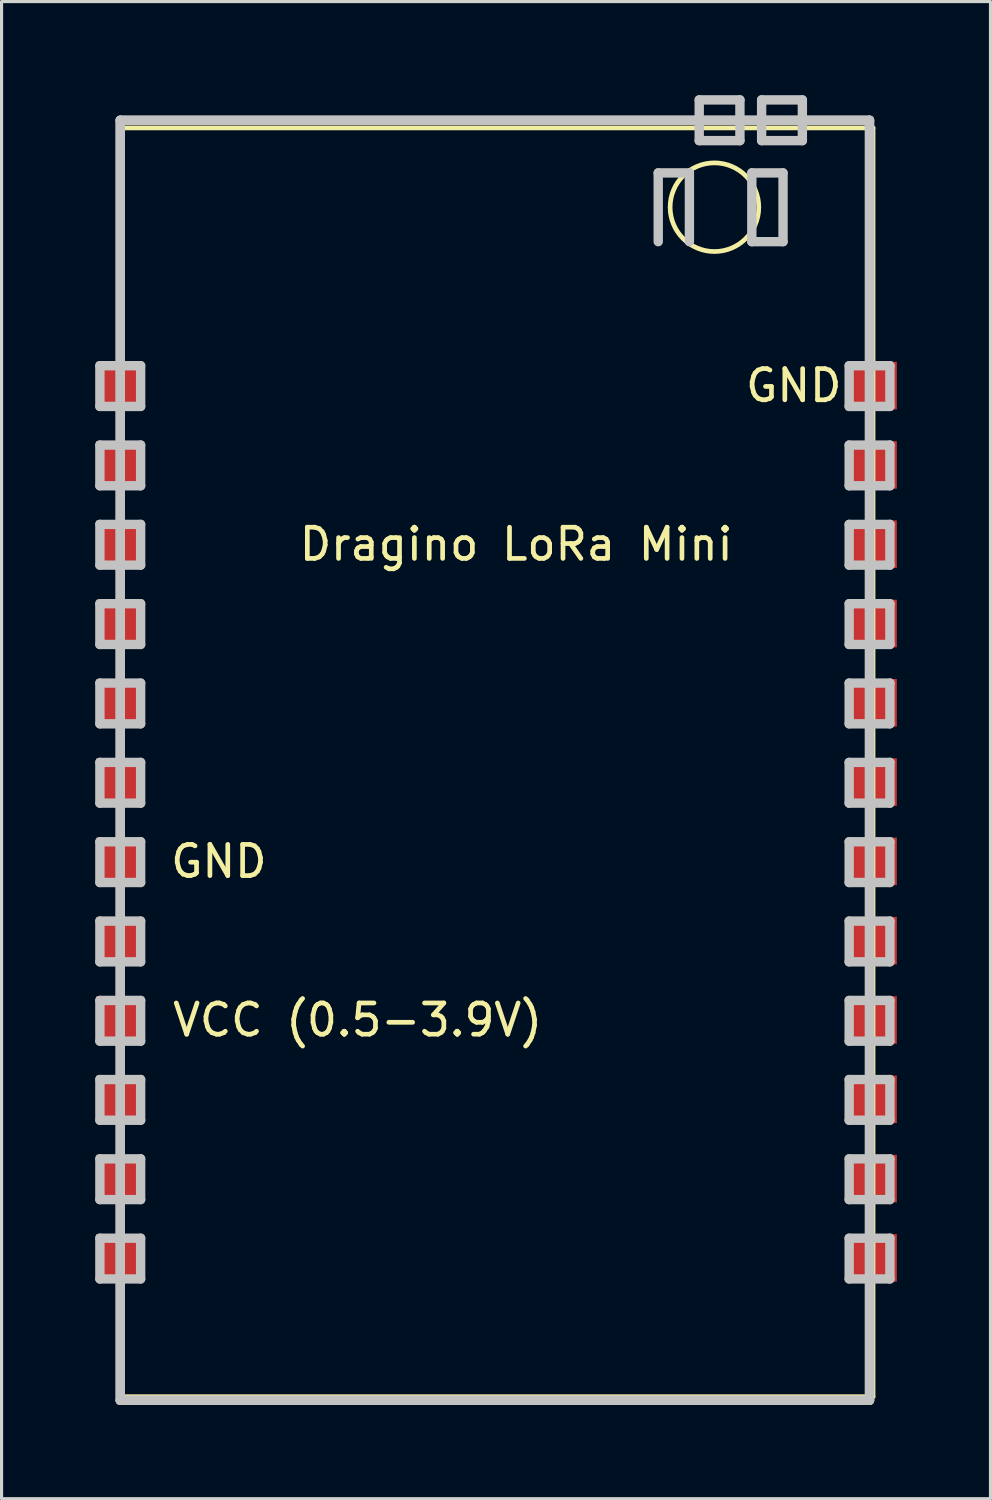
<source format=kicad_pcb>
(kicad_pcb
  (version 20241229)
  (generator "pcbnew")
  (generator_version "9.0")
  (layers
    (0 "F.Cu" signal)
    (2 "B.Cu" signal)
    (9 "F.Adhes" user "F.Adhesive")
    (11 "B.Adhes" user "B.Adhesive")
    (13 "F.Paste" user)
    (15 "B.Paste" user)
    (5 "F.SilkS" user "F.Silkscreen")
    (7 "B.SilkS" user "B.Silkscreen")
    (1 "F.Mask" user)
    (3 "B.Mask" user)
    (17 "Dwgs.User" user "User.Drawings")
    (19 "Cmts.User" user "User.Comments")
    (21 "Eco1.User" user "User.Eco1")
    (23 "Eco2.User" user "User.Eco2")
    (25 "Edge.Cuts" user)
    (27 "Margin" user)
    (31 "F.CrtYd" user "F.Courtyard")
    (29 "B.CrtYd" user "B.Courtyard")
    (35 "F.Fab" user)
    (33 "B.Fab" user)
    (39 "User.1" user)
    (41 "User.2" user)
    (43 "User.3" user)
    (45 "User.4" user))
  (footprint "Dragino LoRa Mini"
    (layer "F.Cu")
    (at 13.485 11.207)
    (property "Reference" "Dragino LoRa Mini" (at 0 3.175 0) (layer "F.SilkS") (effects (font (size 1 1) (thickness 0.15))))
    (attr through_hole)
    (fp_line (start -12.7 -10.16) (end -12.7 30.48) (stroke (width 0.15) (type solid)) (layer "F.SilkS"))
    (fp_line (start -12.7 30.48) (end 11.43 30.48) (stroke (width 0.15) (type solid)) (layer "F.SilkS"))
    (fp_line (start 11.43 -10.16) (end -12.7 -10.16) (stroke (width 0.15) (type solid)) (layer "F.SilkS"))
    (fp_line (start 11.43 30.48) (end 11.43 -10.16) (stroke (width 0.15) (type solid)) (layer "F.SilkS"))
    (fp_circle (center 6.35 -7.62) (end 7.62 -6.985) (stroke (width 0.15) (type solid)) (fill no) (layer "F.SilkS"))
    (fp_line (start -13.335 -2.543) (end -12.03 -2.543) (stroke (width 0.3) (type solid)) (layer "Dwgs.User"))
    (fp_line (start -13.335 -1.238) (end -13.335 -2.543) (stroke (width 0.3) (type solid)) (layer "Dwgs.User"))
    (fp_line (start -13.335 -0.001) (end -12.03 -0.001) (stroke (width 0.3) (type solid)) (layer "Dwgs.User"))
    (fp_line (start -13.335 1.303) (end -13.335 -0.001) (stroke (width 0.3) (type solid)) (layer "Dwgs.User"))
    (fp_line (start -13.335 2.54) (end -12.03 2.54) (stroke (width 0.3) (type solid)) (layer "Dwgs.User"))
    (fp_line (start -13.335 3.845) (end -13.335 2.54) (stroke (width 0.3) (type solid)) (layer "Dwgs.User"))
    (fp_line (start -13.335 5.081) (end -12.03 5.081) (stroke (width 0.3) (type solid)) (layer "Dwgs.User"))
    (fp_line (start -13.335 6.386) (end -13.335 5.081) (stroke (width 0.3) (type solid)) (layer "Dwgs.User"))
    (fp_line (start -13.335 7.623) (end -12.03 7.623) (stroke (width 0.3) (type solid)) (layer "Dwgs.User"))
    (fp_line (start -13.335 8.928) (end -13.335 7.623) (stroke (width 0.3) (type solid)) (layer "Dwgs.User"))
    (fp_line (start -13.335 10.164) (end -12.03 10.164) (stroke (width 0.3) (type solid)) (layer "Dwgs.User"))
    (fp_line (start -13.335 11.469) (end -13.335 10.164) (stroke (width 0.3) (type solid)) (layer "Dwgs.User"))
    (fp_line (start -13.335 12.706) (end -12.03 12.706) (stroke (width 0.3) (type solid)) (layer "Dwgs.User"))
    (fp_line (start -13.335 14.011) (end -13.335 12.706) (stroke (width 0.3) (type solid)) (layer "Dwgs.User"))
    (fp_line (start -13.335 15.247) (end -12.03 15.247) (stroke (width 0.3) (type solid)) (layer "Dwgs.User"))
    (fp_line (start -13.335 16.552) (end -13.335 15.247) (stroke (width 0.3) (type solid)) (layer "Dwgs.User"))
    (fp_line (start -13.335 17.789) (end -12.03 17.789) (stroke (width 0.3) (type solid)) (layer "Dwgs.User"))
    (fp_line (start -13.335 19.093) (end -13.335 17.789) (stroke (width 0.3) (type solid)) (layer "Dwgs.User"))
    (fp_line (start -13.335 20.322) (end -12.03 20.322) (stroke (width 0.3) (type solid)) (layer "Dwgs.User"))
    (fp_line (start -13.335 21.626) (end -13.335 20.322) (stroke (width 0.3) (type solid)) (layer "Dwgs.User"))
    (fp_line (start -13.335 22.863) (end -12.03 22.863) (stroke (width 0.3) (type solid)) (layer "Dwgs.User"))
    (fp_line (start -13.335 24.168) (end -13.335 22.863) (stroke (width 0.3) (type solid)) (layer "Dwgs.User"))
    (fp_line (start -13.335 25.405) (end -12.03 25.405) (stroke (width 0.3) (type solid)) (layer "Dwgs.User"))
    (fp_line (start -13.335 26.709) (end -13.335 25.405) (stroke (width 0.3) (type solid)) (layer "Dwgs.User"))
    (fp_line (start -12.683 -10.405) (end -12.683 30.598) (stroke (width 0.3) (type solid)) (layer "Dwgs.User"))
    (fp_line (start -12.683 -10.405) (end 11.317 -10.405) (stroke (width 0.3) (type solid)) (layer "Dwgs.User"))
    (fp_line (start -12.683 30.598) (end -12.683 -10.405) (stroke (width 0.3) (type solid)) (layer "Dwgs.User"))
    (fp_line (start -12.683 30.598) (end 11.317 30.598) (stroke (width 0.3) (type solid)) (layer "Dwgs.User"))
    (fp_line (start -12.03 -2.543) (end -12.03 -1.238) (stroke (width 0.3) (type solid)) (layer "Dwgs.User"))
    (fp_line (start -12.03 -1.238) (end -13.335 -1.238) (stroke (width 0.3) (type solid)) (layer "Dwgs.User"))
    (fp_line (start -12.03 -0.001) (end -12.03 1.303) (stroke (width 0.3) (type solid)) (layer "Dwgs.User"))
    (fp_line (start -12.03 1.303) (end -13.335 1.303) (stroke (width 0.3) (type solid)) (layer "Dwgs.User"))
    (fp_line (start -12.03 2.54) (end -12.03 3.845) (stroke (width 0.3) (type solid)) (layer "Dwgs.User"))
    (fp_line (start -12.03 3.845) (end -13.335 3.845) (stroke (width 0.3) (type solid)) (layer "Dwgs.User"))
    (fp_line (start -12.03 5.081) (end -12.03 6.386) (stroke (width 0.3) (type solid)) (layer "Dwgs.User"))
    (fp_line (start -12.03 6.386) (end -13.335 6.386) (stroke (width 0.3) (type solid)) (layer "Dwgs.User"))
    (fp_line (start -12.03 7.623) (end -12.03 8.928) (stroke (width 0.3) (type solid)) (layer "Dwgs.User"))
    (fp_line (start -12.03 8.928) (end -13.335 8.928) (stroke (width 0.3) (type solid)) (layer "Dwgs.User"))
    (fp_line (start -12.03 10.164) (end -12.03 11.469) (stroke (width 0.3) (type solid)) (layer "Dwgs.User"))
    (fp_line (start -12.03 11.469) (end -13.335 11.469) (stroke (width 0.3) (type solid)) (layer "Dwgs.User"))
    (fp_line (start -12.03 12.706) (end -12.03 14.011) (stroke (width 0.3) (type solid)) (layer "Dwgs.User"))
    (fp_line (start -12.03 14.011) (end -13.335 14.011) (stroke (width 0.3) (type solid)) (layer "Dwgs.User"))
    (fp_line (start -12.03 15.247) (end -12.03 16.552) (stroke (width 0.3) (type solid)) (layer "Dwgs.User"))
    (fp_line (start -12.03 16.552) (end -13.335 16.552) (stroke (width 0.3) (type solid)) (layer "Dwgs.User"))
    (fp_line (start -12.03 17.789) (end -12.03 19.093) (stroke (width 0.3) (type solid)) (layer "Dwgs.User"))
    (fp_line (start -12.03 19.093) (end -13.335 19.093) (stroke (width 0.3) (type solid)) (layer "Dwgs.User"))
    (fp_line (start -12.03 20.322) (end -12.03 21.626) (stroke (width 0.3) (type solid)) (layer "Dwgs.User"))
    (fp_line (start -12.03 21.626) (end -13.335 21.626) (stroke (width 0.3) (type solid)) (layer "Dwgs.User"))
    (fp_line (start -12.03 22.863) (end -12.03 24.168) (stroke (width 0.3) (type solid)) (layer "Dwgs.User"))
    (fp_line (start -12.03 24.168) (end -13.335 24.168) (stroke (width 0.3) (type solid)) (layer "Dwgs.User"))
    (fp_line (start -12.03 25.405) (end -12.03 26.709) (stroke (width 0.3) (type solid)) (layer "Dwgs.User"))
    (fp_line (start -12.03 26.709) (end -13.335 26.709) (stroke (width 0.3) (type solid)) (layer "Dwgs.User"))
    (fp_line (start 4.549 -8.719) (end 5.548 -8.719) (stroke (width 0.3) (type solid)) (layer "Dwgs.User"))
    (fp_line (start 4.549 -6.516) (end 4.549 -8.719) (stroke (width 0.3) (type solid)) (layer "Dwgs.User"))
    (fp_line (start 5.548 -8.719) (end 5.548 -6.516) (stroke (width 0.3) (type solid)) (layer "Dwgs.User"))
    (fp_line (start 5.862 -11.057) (end 7.166 -11.057) (stroke (width 0.3) (type solid)) (layer "Dwgs.User"))
    (fp_line (start 5.862 -9.752) (end 5.862 -11.057) (stroke (width 0.3) (type solid)) (layer "Dwgs.User"))
    (fp_line (start 7.166 -11.057) (end 7.166 -9.752) (stroke (width 0.3) (type solid)) (layer "Dwgs.User"))
    (fp_line (start 7.166 -9.752) (end 5.862 -9.752) (stroke (width 0.3) (type solid)) (layer "Dwgs.User"))
    (fp_line (start 7.547 -8.719) (end 8.547 -8.719) (stroke (width 0.3) (type solid)) (layer "Dwgs.User"))
    (fp_line (start 7.547 -6.516) (end 7.547 -8.719) (stroke (width 0.3) (type solid)) (layer "Dwgs.User"))
    (fp_line (start 7.861 -11.057) (end 9.166 -11.057) (stroke (width 0.3) (type solid)) (layer "Dwgs.User"))
    (fp_line (start 7.861 -9.752) (end 7.861 -11.057) (stroke (width 0.3) (type solid)) (layer "Dwgs.User"))
    (fp_line (start 8.547 -8.719) (end 8.547 -6.516) (stroke (width 0.3) (type solid)) (layer "Dwgs.User"))
    (fp_line (start 8.547 -6.516) (end 7.547 -6.516) (stroke (width 0.3) (type solid)) (layer "Dwgs.User"))
    (fp_line (start 9.166 -11.057) (end 9.166 -9.752) (stroke (width 0.3) (type solid)) (layer "Dwgs.User"))
    (fp_line (start 9.166 -9.752) (end 7.861 -9.752) (stroke (width 0.3) (type solid)) (layer "Dwgs.User"))
    (fp_line (start 10.665 -2.543) (end 11.97 -2.543) (stroke (width 0.3) (type solid)) (layer "Dwgs.User"))
    (fp_line (start 10.665 -1.238) (end 10.665 -2.543) (stroke (width 0.3) (type solid)) (layer "Dwgs.User"))
    (fp_line (start 10.665 -0.001) (end 11.97 -0.001) (stroke (width 0.3) (type solid)) (layer "Dwgs.User"))
    (fp_line (start 10.665 1.303) (end 10.665 -0.001) (stroke (width 0.3) (type solid)) (layer "Dwgs.User"))
    (fp_line (start 10.665 2.54) (end 11.97 2.54) (stroke (width 0.3) (type solid)) (layer "Dwgs.User"))
    (fp_line (start 10.665 3.845) (end 10.665 2.54) (stroke (width 0.3) (type solid)) (layer "Dwgs.User"))
    (fp_line (start 10.665 5.081) (end 11.97 5.081) (stroke (width 0.3) (type solid)) (layer "Dwgs.User"))
    (fp_line (start 10.665 6.386) (end 10.665 5.081) (stroke (width 0.3) (type solid)) (layer "Dwgs.User"))
    (fp_line (start 10.665 7.623) (end 11.97 7.623) (stroke (width 0.3) (type solid)) (layer "Dwgs.User"))
    (fp_line (start 10.665 8.928) (end 10.665 7.623) (stroke (width 0.3) (type solid)) (layer "Dwgs.User"))
    (fp_line (start 10.665 10.164) (end 11.97 10.164) (stroke (width 0.3) (type solid)) (layer "Dwgs.User"))
    (fp_line (start 10.665 11.469) (end 10.665 10.164) (stroke (width 0.3) (type solid)) (layer "Dwgs.User"))
    (fp_line (start 10.665 12.706) (end 11.97 12.706) (stroke (width 0.3) (type solid)) (layer "Dwgs.User"))
    (fp_line (start 10.665 14.011) (end 10.665 12.706) (stroke (width 0.3) (type solid)) (layer "Dwgs.User"))
    (fp_line (start 10.665 15.247) (end 11.97 15.247) (stroke (width 0.3) (type solid)) (layer "Dwgs.User"))
    (fp_line (start 10.665 16.552) (end 10.665 15.247) (stroke (width 0.3) (type solid)) (layer "Dwgs.User"))
    (fp_line (start 10.665 17.789) (end 11.97 17.789) (stroke (width 0.3) (type solid)) (layer "Dwgs.User"))
    (fp_line (start 10.665 19.093) (end 10.665 17.789) (stroke (width 0.3) (type solid)) (layer "Dwgs.User"))
    (fp_line (start 10.665 20.322) (end 11.97 20.322) (stroke (width 0.3) (type solid)) (layer "Dwgs.User"))
    (fp_line (start 10.665 21.626) (end 10.665 20.322) (stroke (width 0.3) (type solid)) (layer "Dwgs.User"))
    (fp_line (start 10.665 22.863) (end 11.97 22.863) (stroke (width 0.3) (type solid)) (layer "Dwgs.User"))
    (fp_line (start 10.665 24.168) (end 10.665 22.863) (stroke (width 0.3) (type solid)) (layer "Dwgs.User"))
    (fp_line (start 10.665 25.405) (end 11.97 25.405) (stroke (width 0.3) (type solid)) (layer "Dwgs.User"))
    (fp_line (start 10.665 26.709) (end 10.665 25.405) (stroke (width 0.3) (type solid)) (layer "Dwgs.User"))
    (fp_line (start 11.317 -10.405) (end -12.683 -10.405) (stroke (width 0.3) (type solid)) (layer "Dwgs.User"))
    (fp_line (start 11.317 -10.405) (end 11.317 30.598) (stroke (width 0.3) (type solid)) (layer "Dwgs.User"))
    (fp_line (start 11.317 30.598) (end -12.683 30.598) (stroke (width 0.3) (type solid)) (layer "Dwgs.User"))
    (fp_line (start 11.317 30.598) (end 11.317 -10.405) (stroke (width 0.3) (type solid)) (layer "Dwgs.User"))
    (fp_line (start 11.97 -2.543) (end 11.97 -1.238) (stroke (width 0.3) (type solid)) (layer "Dwgs.User"))
    (fp_line (start 11.97 -1.238) (end 10.665 -1.238) (stroke (width 0.3) (type solid)) (layer "Dwgs.User"))
    (fp_line (start 11.97 -0.001) (end 11.97 1.303) (stroke (width 0.3) (type solid)) (layer "Dwgs.User"))
    (fp_line (start 11.97 1.303) (end 10.665 1.303) (stroke (width 0.3) (type solid)) (layer "Dwgs.User"))
    (fp_line (start 11.97 2.54) (end 11.97 3.845) (stroke (width 0.3) (type solid)) (layer "Dwgs.User"))
    (fp_line (start 11.97 3.845) (end 10.665 3.845) (stroke (width 0.3) (type solid)) (layer "Dwgs.User"))
    (fp_line (start 11.97 5.081) (end 11.97 6.386) (stroke (width 0.3) (type solid)) (layer "Dwgs.User"))
    (fp_line (start 11.97 6.386) (end 10.665 6.386) (stroke (width 0.3) (type solid)) (layer "Dwgs.User"))
    (fp_line (start 11.97 7.623) (end 11.97 8.928) (stroke (width 0.3) (type solid)) (layer "Dwgs.User"))
    (fp_line (start 11.97 8.928) (end 10.665 8.928) (stroke (width 0.3) (type solid)) (layer "Dwgs.User"))
    (fp_line (start 11.97 10.164) (end 11.97 11.469) (stroke (width 0.3) (type solid)) (layer "Dwgs.User"))
    (fp_line (start 11.97 11.469) (end 10.665 11.469) (stroke (width 0.3) (type solid)) (layer "Dwgs.User"))
    (fp_line (start 11.97 12.706) (end 11.97 14.011) (stroke (width 0.3) (type solid)) (layer "Dwgs.User"))
    (fp_line (start 11.97 14.011) (end 10.665 14.011) (stroke (width 0.3) (type solid)) (layer "Dwgs.User"))
    (fp_line (start 11.97 15.247) (end 11.97 16.552) (stroke (width 0.3) (type solid)) (layer "Dwgs.User"))
    (fp_line (start 11.97 16.552) (end 10.665 16.552) (stroke (width 0.3) (type solid)) (layer "Dwgs.User"))
    (fp_line (start 11.97 17.789) (end 11.97 19.093) (stroke (width 0.3) (type solid)) (layer "Dwgs.User"))
    (fp_line (start 11.97 19.093) (end 10.665 19.093) (stroke (width 0.3) (type solid)) (layer "Dwgs.User"))
    (fp_line (start 11.97 20.322) (end 11.97 21.626) (stroke (width 0.3) (type solid)) (layer "Dwgs.User"))
    (fp_line (start 11.97 21.626) (end 10.665 21.626) (stroke (width 0.3) (type solid)) (layer "Dwgs.User"))
    (fp_line (start 11.97 22.863) (end 11.97 24.168) (stroke (width 0.3) (type solid)) (layer "Dwgs.User"))
    (fp_line (start 11.97 24.168) (end 10.665 24.168) (stroke (width 0.3) (type solid)) (layer "Dwgs.User"))
    (fp_line (start 11.97 25.405) (end 11.97 26.709) (stroke (width 0.3) (type solid)) (layer "Dwgs.User"))
    (fp_line (start 11.97 26.709) (end 10.665 26.709) (stroke (width 0.3) (type solid)) (layer "Dwgs.User"))
    (fp_text user "GND" (at 8.89 -1.905 0) (layer "F.SilkS") (effects (font (size 1 1) (thickness 0.15))))
    (fp_text user "VCC (0.5-3.9V)" (at -5.08 18.415 0) (layer "F.SilkS") (effects (font (size 1 1) (thickness 0.15))))
    (fp_text user "GND" (at -9.525 13.335 0) (layer "F.SilkS") (effects (font (size 1 1) (thickness 0.15))))
    (pad "1" smd rect (at -12.7 -1.905) (size 1.524 1.524) (layers "F.Cu" "F.Mask" "F.Paste"))
    (pad "2" smd rect (at -12.7 0.635) (size 1.524 1.524) (layers "F.Cu" "F.Mask" "F.Paste"))
    (pad "3" smd rect (at -12.7 3.175) (size 1.524 1.524) (layers "F.Cu" "F.Mask" "F.Paste"))
    (pad "4" smd rect (at -12.7 5.715) (size 1.524 1.524) (layers "F.Cu" "F.Mask" "F.Paste"))
    (pad "5" smd rect (at -12.7 8.255) (size 1.524 1.524) (layers "F.Cu" "F.Mask" "F.Paste"))
    (pad "6" smd rect (at -12.7 10.795) (size 1.524 1.524) (layers "F.Cu" "F.Mask" "F.Paste"))
    (pad "7" smd rect (at -12.7 13.335) (size 1.524 1.524) (layers "F.Cu" "F.Mask" "F.Paste"))
    (pad "8" smd rect (at -12.7 15.875) (size 1.524 1.524) (layers "F.Cu" "F.Mask" "F.Paste"))
    (pad "9" smd rect (at -12.7 18.415) (size 1.524 1.524) (layers "F.Cu" "F.Mask" "F.Paste"))
    (pad "10" smd rect (at -12.7 20.955) (size 1.524 1.524) (layers "F.Cu" "F.Mask" "F.Paste"))
    (pad "11" smd rect (at -12.7 23.495) (size 1.524 1.524) (layers "F.Cu" "F.Mask" "F.Paste"))
    (pad "12" smd rect (at -12.7 26.035) (size 1.524 1.524) (layers "F.Cu" "F.Mask" "F.Paste"))
    (pad "13" smd rect (at 11.43 26.035) (size 1.524 1.524) (layers "F.Cu" "F.Mask" "F.Paste"))
    (pad "14" smd rect (at 11.43 23.495) (size 1.524 1.524) (layers "F.Cu" "F.Mask" "F.Paste"))
    (pad "15" smd rect (at 11.43 18.415) (size 1.524 1.524) (layers "F.Cu" "F.Mask" "F.Paste"))
    (pad "16" smd rect (at 11.43 20.955) (size 1.524 1.524) (layers "F.Cu" "F.Mask" "F.Paste"))
    (pad "17" smd rect (at 11.43 15.875) (size 1.524 1.524) (layers "F.Cu" "F.Mask" "F.Paste"))
    (pad "18" smd rect (at 11.43 13.335) (size 1.524 1.524) (layers "F.Cu" "F.Mask" "F.Paste"))
    (pad "19" smd rect (at 11.43 10.795) (size 1.524 1.524) (layers "F.Cu" "F.Mask" "F.Paste"))
    (pad "20" smd rect (at 11.43 8.255) (size 1.524 1.524) (layers "F.Cu" "F.Mask" "F.Paste"))
    (pad "21" smd rect (at 11.43 5.715) (size 1.524 1.524) (layers "F.Cu" "F.Mask" "F.Paste"))
    (pad "22" smd rect (at 11.43 3.175) (size 1.524 1.524) (layers "F.Cu" "F.Mask" "F.Paste"))
    (pad "23" smd rect (at 11.43 0.635) (size 1.524 1.524) (layers "F.Cu" "F.Mask" "F.Paste"))
    (pad "24" smd rect (at 11.43 -1.905) (size 1.524 1.524) (layers "F.Cu" "F.Mask" "F.Paste")))
  (gr_rect
    (start -3 -3)
    (end 28.677 44.955)
    (stroke (width 0.1) (type default))
    (fill no)
    (layer "Edge.Cuts")))
</source>
